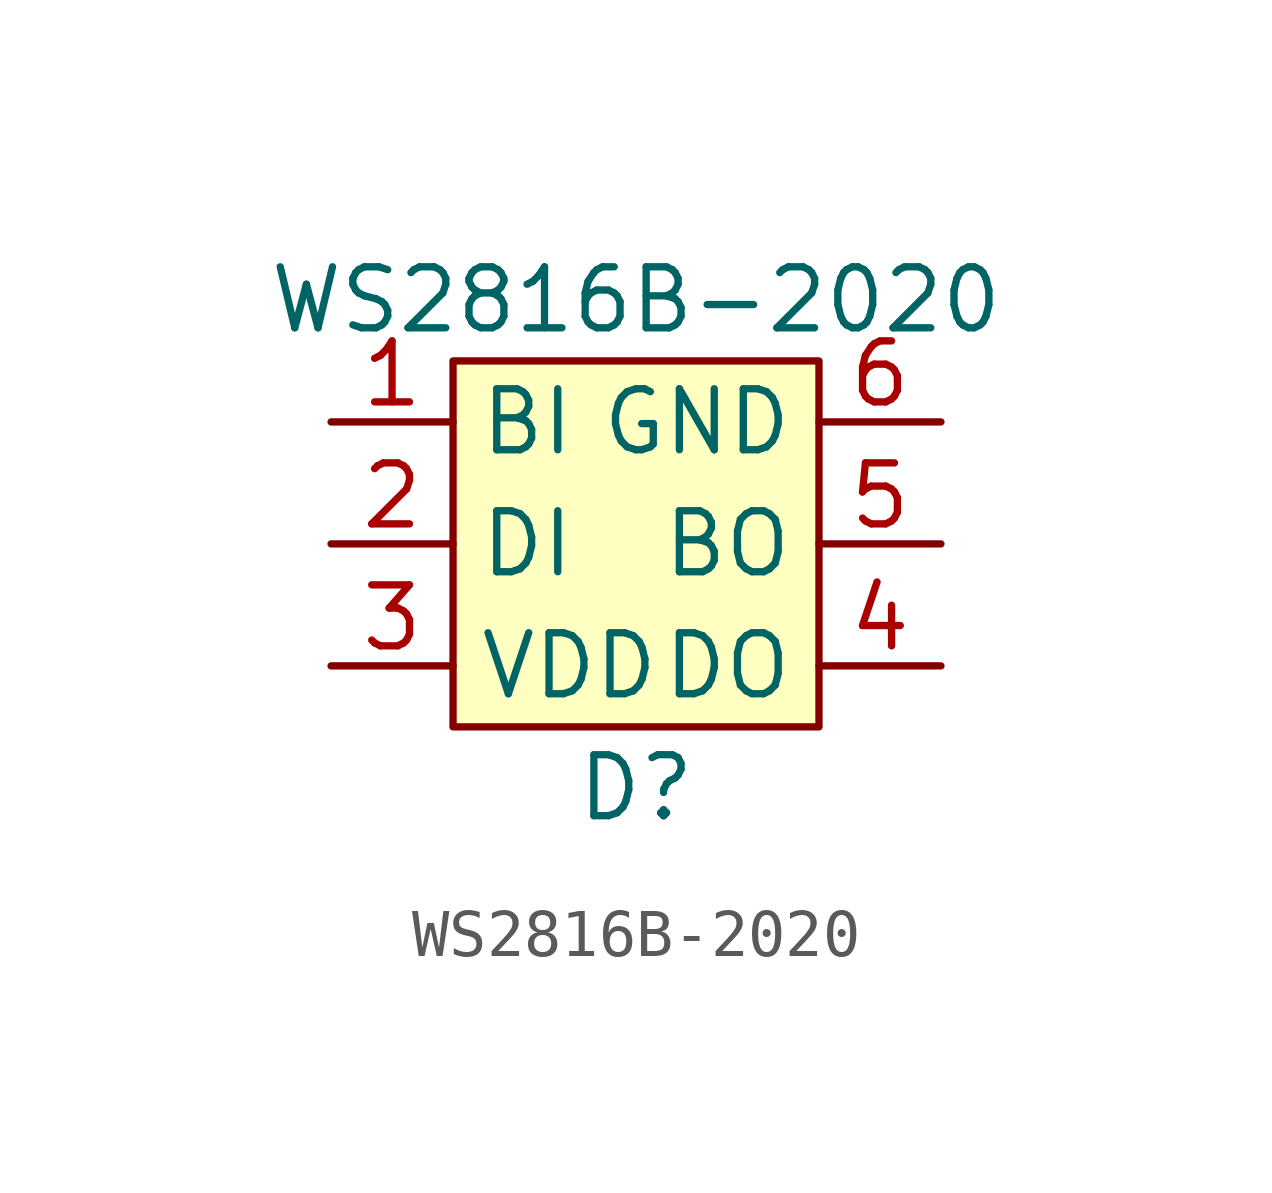
<source format=kicad_sym>
(kicad_symbol_lib
  (version 20211014)
  (generator kicad_symbol_editor)
  (symbol "WS2816B-2020"
    (property "Reference" "D"
      (at 0 -5.08 0)
      (effects (font (size 1.27 1.27))))
    (property "Value" "WS2816B-2020"
      (at 0 5.08 0)
      (effects (font (size 1.27 1.27))))
    (symbol "WS2816B-2020_0_1"
      (rectangle (start -3.81 3.81) (end 3.81 -3.81) (stroke (width 0) (type default) (color 0 0 0 0)) (fill (type background))))
    (symbol "WS2816B-2020_1_1"
      (pin bidirectional line (at -6.35 2.54 0) (length 2.54) (name "BI" (effects (font (size 1.27 1.27)))) (number "1" (effects (font (size 1.27 1.27)))))
      (pin bidirectional line (at -6.35 0 0) (length 2.54) (name "DI" (effects (font (size 1.27 1.27)))) (number "2" (effects (font (size 1.27 1.27)))))
      (pin bidirectional line (at -6.35 -2.54 0) (length 2.54) (name "VDD" (effects (font (size 1.27 1.27)))) (number "3" (effects (font (size 1.27 1.27)))))
      (pin bidirectional line (at 6.35 -2.54 180) (length 2.54) (name "DO" (effects (font (size 1.27 1.27)))) (number "4" (effects (font (size 1.27 1.27)))))
      (pin bidirectional line (at 6.35 0 180) (length 2.54) (name "BO" (effects (font (size 1.27 1.27)))) (number "5" (effects (font (size 1.27 1.27)))))
      (pin bidirectional line (at 6.35 2.54 180) (length 2.54) (name "GND" (effects (font (size 1.27 1.27)))) (number "6" (effects (font (size 1.27 1.27))))))))
</source>
